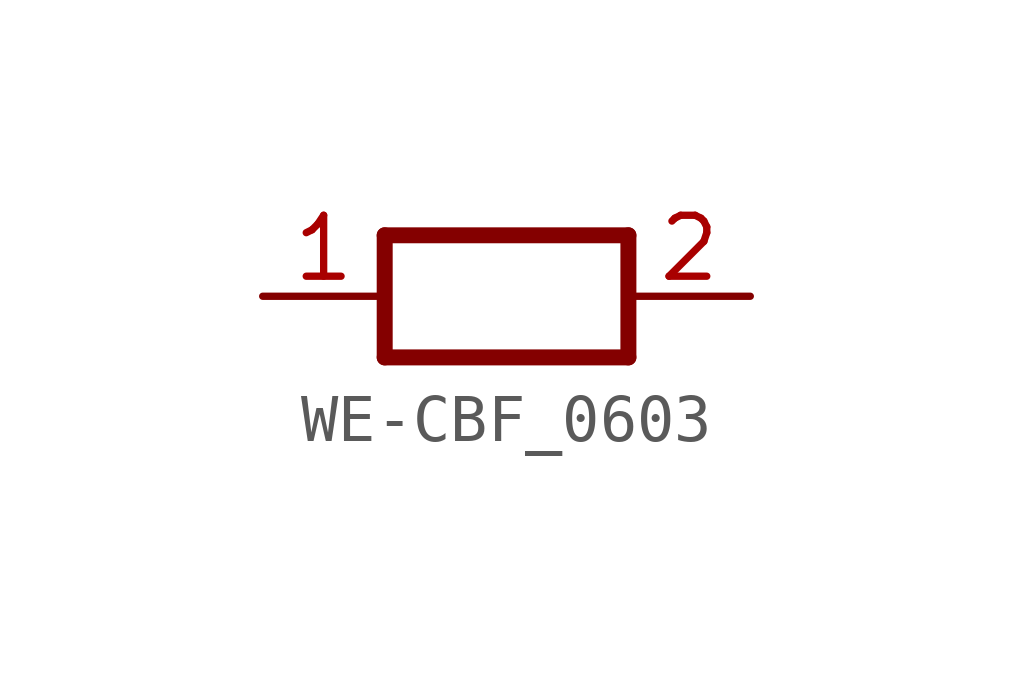
<source format=kicad_sym>
(kicad_symbol_lib
  (version 20231120)
  (generator "kicad_symbol_editor")
  (generator_version "8.0")
  (symbol "WE-CBF_0603"
    (property "Reference" "L"
      (at 0 0 0)
      (effects (font (size 1.27 1.27)) (hide yes)))
    (property "ki_locked" ""
      (at 0 0 0)
      (effects (font (size 1.27 1.27))))
    (symbol "WE-CBF_0603_1_0"
      (polyline (pts (xy -2.538 -1.272) (xy 2.54 -1.272)) (stroke (width 0.333) (type solid)) (fill (type none)))
      (polyline (pts (xy -2.538 1.272) (xy -2.538 -1.272)) (stroke (width 0.333) (type solid)) (fill (type none)))
      (polyline (pts (xy 2.54 -1.272) (xy 2.54 1.272)) (stroke (width 0.333) (type solid)) (fill (type none)))
      (polyline (pts (xy 2.54 1.272) (xy -2.538 1.272)) (stroke (width 0.333) (type solid)) (fill (type none)))
      (pin passive line (at -5.08 0.002 0) (length 2.54) (name "1" (effects (font (size 0 0)))) (number "1" (effects (font (size 1.27 1.27)))))
      (pin passive line (at 5.08 0.002 180) (length 2.54) (name "2" (effects (font (size 0 0)))) (number "2" (effects (font (size 1.27 1.27))))))))
</source>
